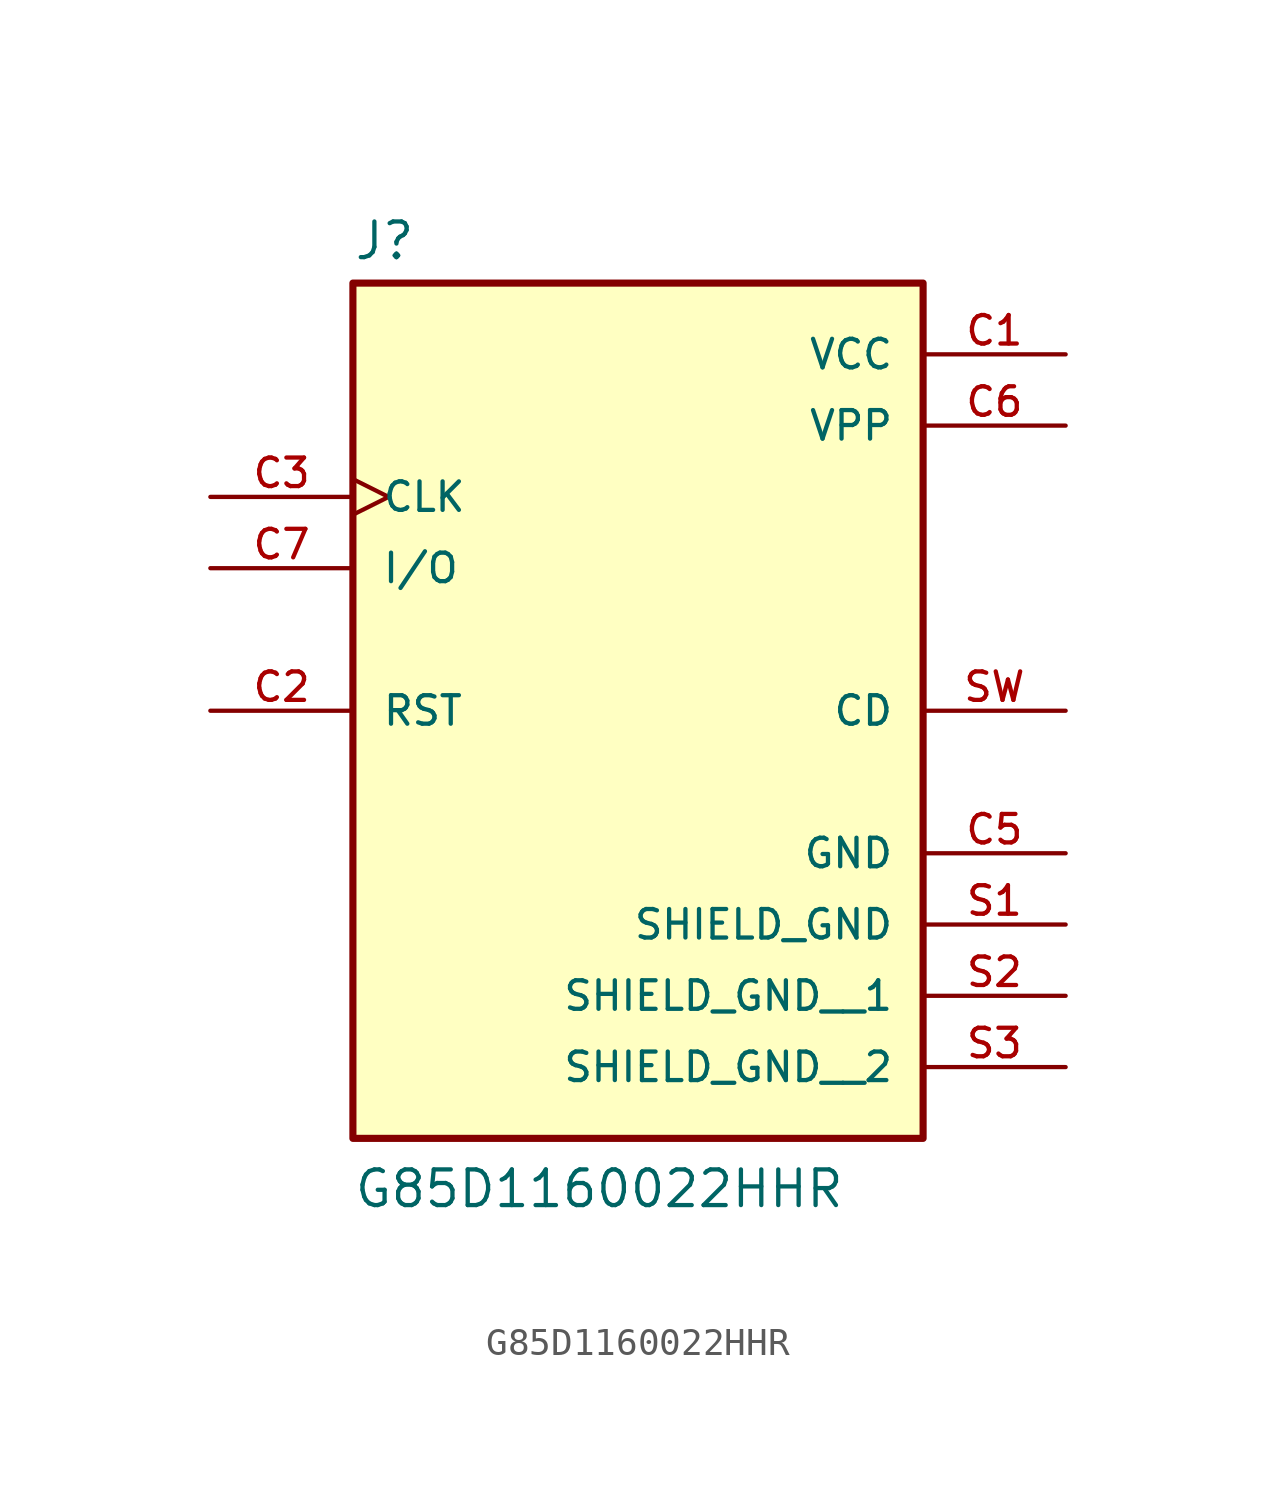
<source format=kicad_sym>
(kicad_symbol_lib
  (version 20211014)
  (generator kicad_symbol_editor)
  (symbol "G85D1160022HHR"
    (pin_names
      (offset 1.016))
    (property "Reference" "J"
      (at -10.16 13.462 0)
      (effects (font (size 1.27 1.27)) (justify bottom left)))
    (property "Value" "G85D1160022HHR"
      (at -10.16 -20.32 0)
      (effects (font (size 1.27 1.27)) (justify bottom left)))
    (symbol "G85D1160022HHR_0_0"
      (rectangle (start -10.16 -17.78) (end 10.16 12.7) (stroke (width 0.254)) (fill (type background)))
      (pin power_in line (at 15.24 10.16 180.0) (length 5.08) (name "VCC" (effects (font (size 1.016 1.016)))) (number "C1" (effects (font (size 1.016 1.016)))))
      (pin input line (at -15.24 -2.54 0) (length 5.08) (name "RST" (effects (font (size 1.016 1.016)))) (number "C2" (effects (font (size 1.016 1.016)))))
      (pin input clock (at -15.24 5.08 0) (length 5.08) (name "CLK" (effects (font (size 1.016 1.016)))) (number "C3" (effects (font (size 1.016 1.016)))))
      (pin power_in line (at 15.24 -7.62 180.0) (length 5.08) (name "GND" (effects (font (size 1.016 1.016)))) (number "C5" (effects (font (size 1.016 1.016)))))
      (pin passive line (at 15.24 7.62 180.0) (length 5.08) (name "VPP" (effects (font (size 1.016 1.016)))) (number "C6" (effects (font (size 1.016 1.016)))))
      (pin bidirectional line (at -15.24 2.54 0) (length 5.08) (name "I/O" (effects (font (size 1.016 1.016)))) (number "C7" (effects (font (size 1.016 1.016)))))
      (pin passive line (at 15.24 -2.54 180.0) (length 5.08) (name "CD" (effects (font (size 1.016 1.016)))) (number "SW" (effects (font (size 1.016 1.016)))))
      (pin power_in line (at 15.24 -10.16 180.0) (length 5.08) (name "SHIELD_GND" (effects (font (size 1.016 1.016)))) (number "S1" (effects (font (size 1.016 1.016)))))
      (pin power_in line (at 15.24 -12.7 180.0) (length 5.08) (name "SHIELD_GND__1" (effects (font (size 1.016 1.016)))) (number "S2" (effects (font (size 1.016 1.016)))))
      (pin power_in line (at 15.24 -15.24 180.0) (length 5.08) (name "SHIELD_GND__2" (effects (font (size 1.016 1.016)))) (number "S3" (effects (font (size 1.016 1.016))))))))
</source>
